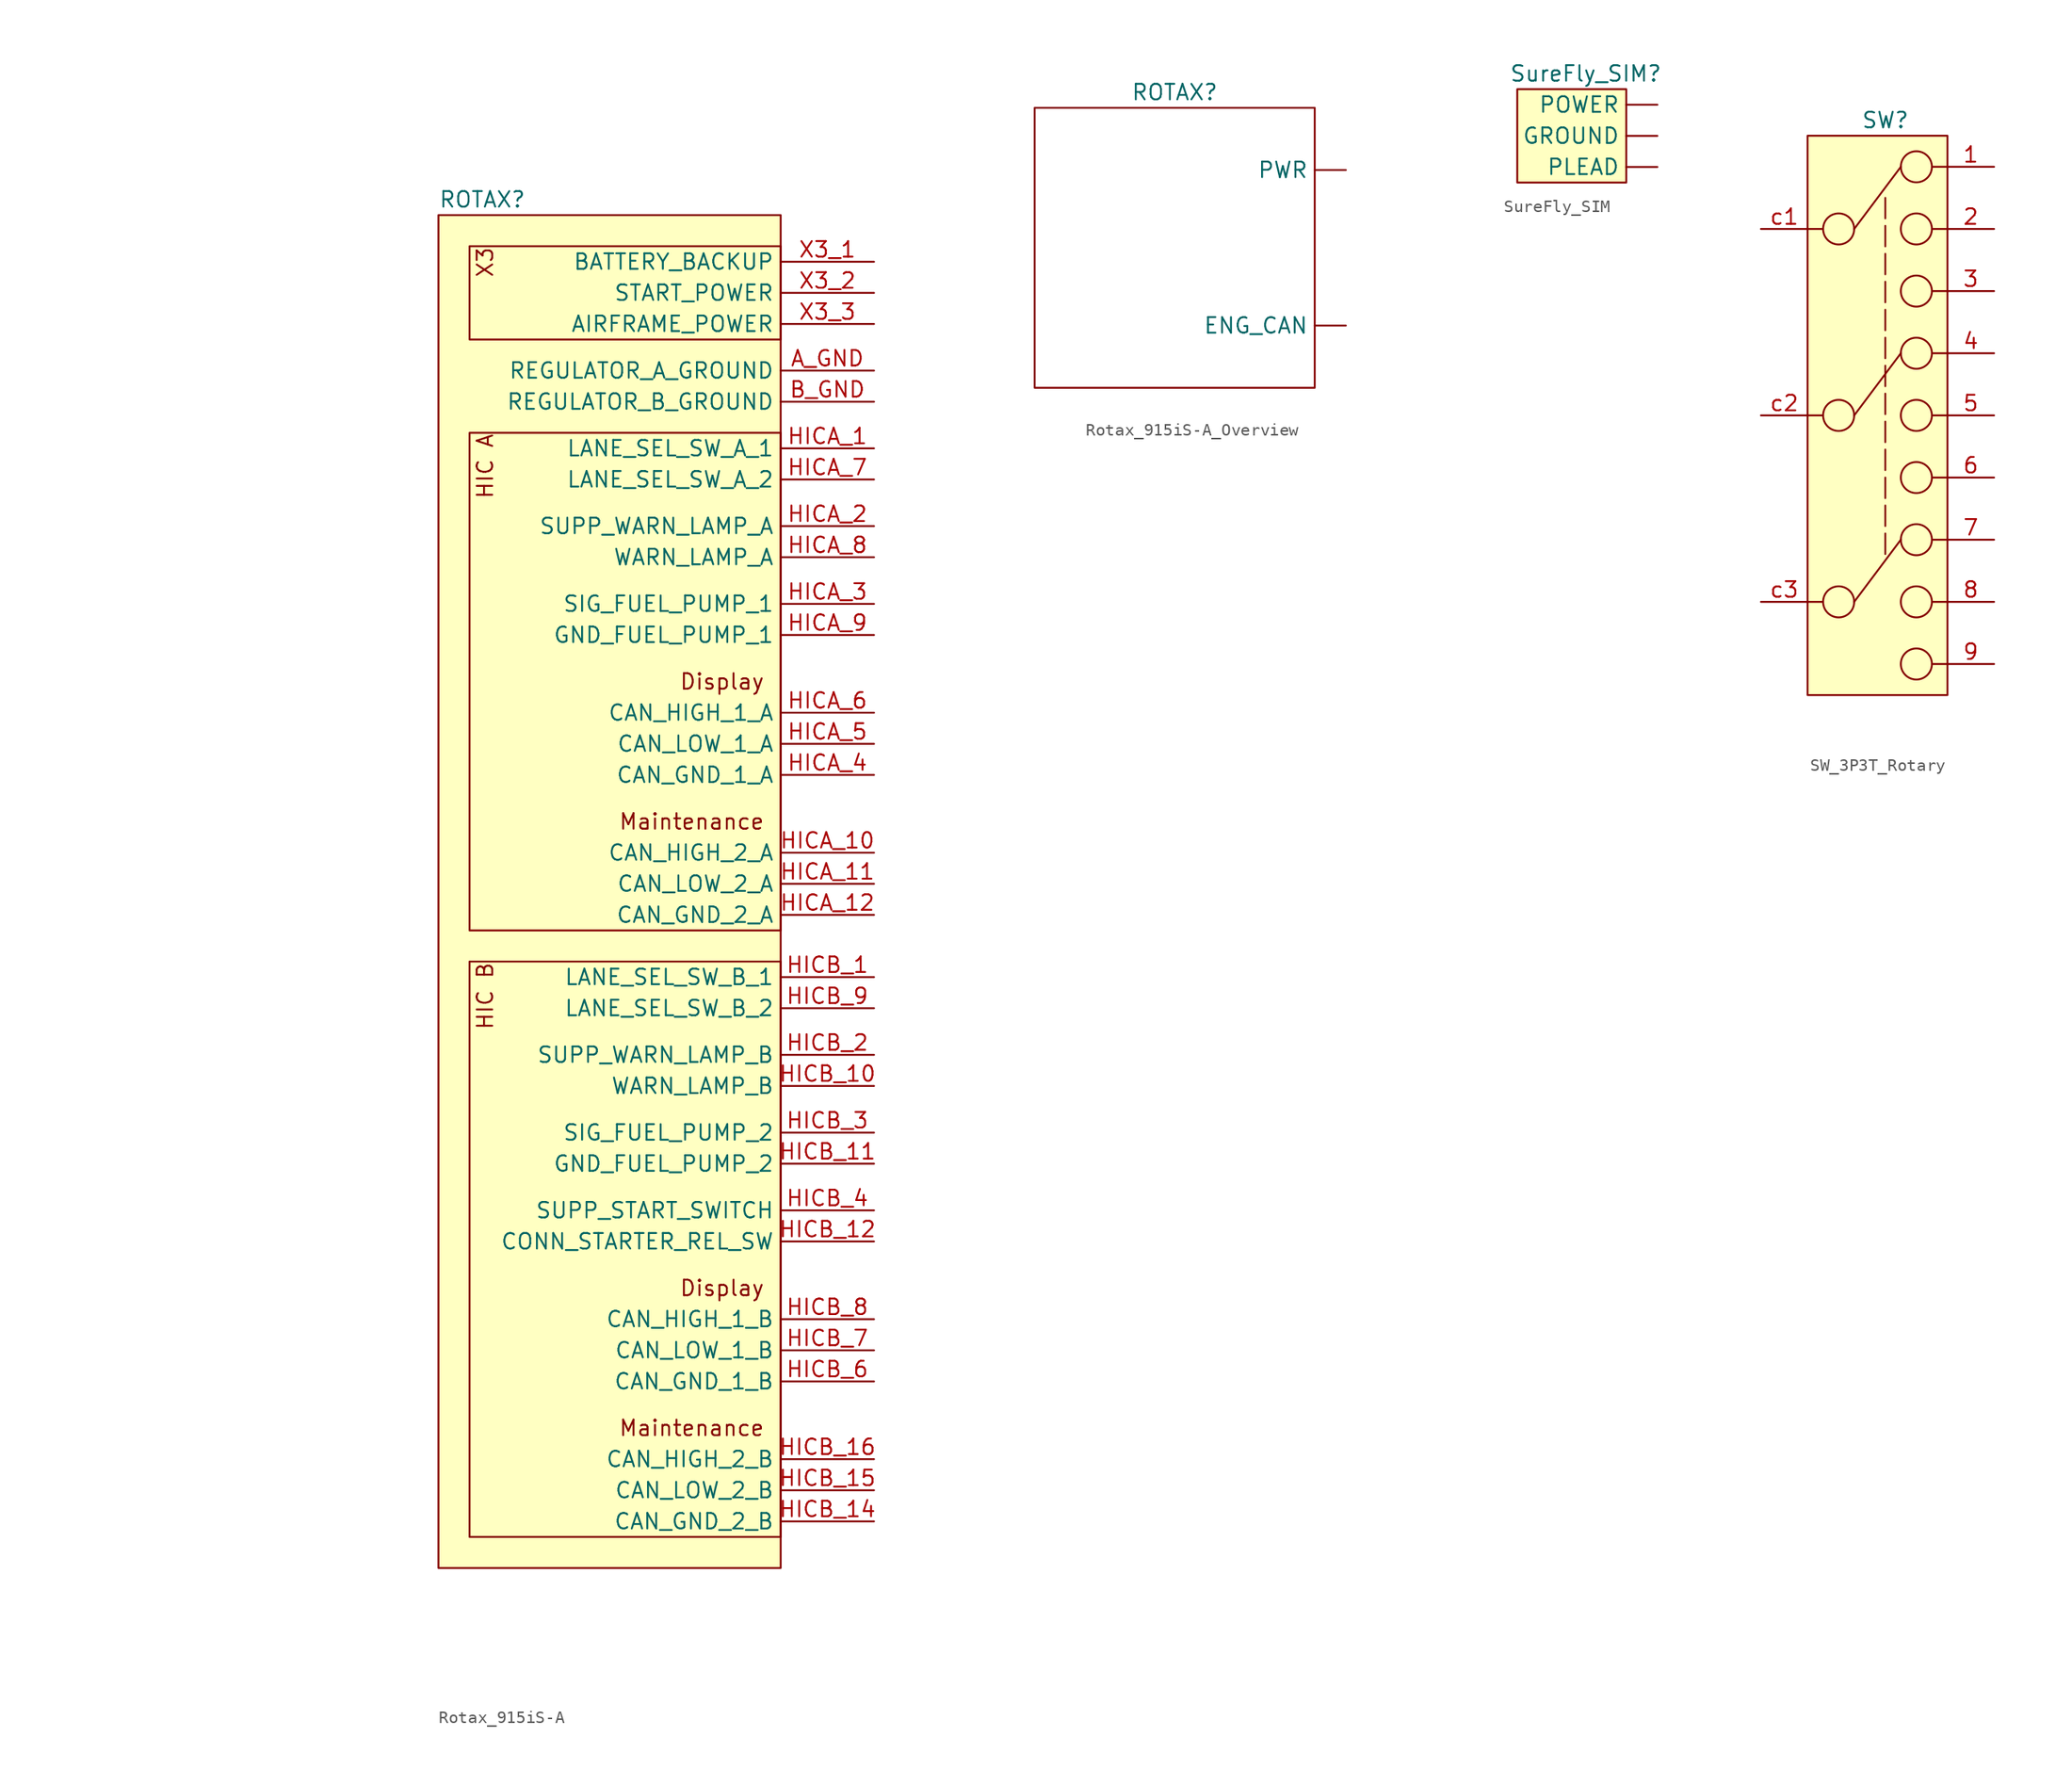
<source format=kicad_sym>
(kicad_symbol_lib
  (version 20241209)
  (generator "kicad_symbol_editor")
  (generator_version "9.0")
  (symbol "Rotax_915iS-A"
    (property "Reference" "ROTAX"
      (at 0 1.27 0)
      (effects (font (size 1.27 1.27)) (justify left)))
    (property "Value" ""
      (at -25.4 1.27 0)
      (effects (font (size 1.27 1.27))))
    (symbol "Rotax_915iS-A_1_1"
      (rectangle (start 0 0) (end 27.94 -110.49) (stroke (width 0) (type default)) (fill (type background)))
      (rectangle (start 2.54 -2.54) (end 27.94 -10.16) (stroke (width 0) (type default)) (fill (type background)))
      (rectangle (start 2.54 -17.78) (end 27.94 -58.42) (stroke (width 0) (type default)) (fill (type background)))
      (rectangle (start 2.54 -60.96) (end 27.94 -107.95) (stroke (width 0) (type default)) (fill (type background)))
      (text "X3" (at 3.81 -2.54 900) (effects (font (size 1.27 1.27)) (justify right)))
      (text "HIC A" (at 3.81 -17.78 900) (effects (font (size 1.27 1.27)) (justify right)))
      (text "HIC B" (at 3.81 -60.96 900) (effects (font (size 1.27 1.27)) (justify right)))
      (text "Display" (at 26.67 -38.1 0) (effects (font (size 1.27 1.27)) (justify right)))
      (text "Maintenance" (at 26.67 -49.53 0) (effects (font (size 1.27 1.27)) (justify right)))
      (text "Display" (at 26.67 -87.63 0) (effects (font (size 1.27 1.27)) (justify right)))
      (text "Maintenance" (at 26.67 -99.06 0) (effects (font (size 1.27 1.27)) (justify right)))
      (pin power_in line (at 35.56 -3.81 180) (length 7.62) (name "BATTERY_BACKUP" (effects (font (size 1.27 1.27)))) (number "X3_1" (effects (font (size 1.27 1.27)))))
      (pin power_in line (at 35.56 -6.35 180) (length 7.62) (name "START_POWER" (effects (font (size 1.27 1.27)))) (number "X3_2" (effects (font (size 1.27 1.27)))))
      (pin power_out line (at 35.56 -8.89 180) (length 7.62) (name "AIRFRAME_POWER" (effects (font (size 1.27 1.27)))) (number "X3_3" (effects (font (size 1.27 1.27)))))
      (pin passive line (at 35.56 -12.7 180) (length 7.62) (name "REGULATOR_A_GROUND" (effects (font (size 1.27 1.27)))) (number "A_GND" (effects (font (size 1.27 1.27)))))
      (pin passive line (at 35.56 -15.24 180) (length 7.62) (name "REGULATOR_B_GROUND" (effects (font (size 1.27 1.27)))) (number "B_GND" (effects (font (size 1.27 1.27)))))
      (pin output line (at 35.56 -19.05 180) (length 7.62) (name "LANE_SEL_SW_A_1" (effects (font (size 1.27 1.27)))) (number "HICA_1" (effects (font (size 1.27 1.27)))))
      (pin input line (at 35.56 -21.59 180) (length 7.62) (name "LANE_SEL_SW_A_2" (effects (font (size 1.27 1.27)))) (number "HICA_7" (effects (font (size 1.27 1.27)))))
      (pin output line (at 35.56 -25.4 180) (length 7.62) (name "SUPP_WARN_LAMP_A" (effects (font (size 1.27 1.27)))) (number "HICA_2" (effects (font (size 1.27 1.27)))))
      (pin input line (at 35.56 -27.94 180) (length 7.62) (name "WARN_LAMP_A" (effects (font (size 1.27 1.27)))) (number "HICA_8" (effects (font (size 1.27 1.27)))))
      (pin output line (at 35.56 -31.75 180) (length 7.62) (name "SIG_FUEL_PUMP_1" (effects (font (size 1.27 1.27)))) (number "HICA_3" (effects (font (size 1.27 1.27)))))
      (pin passive line (at 35.56 -34.29 180) (length 7.62) (name "GND_FUEL_PUMP_1" (effects (font (size 1.27 1.27)))) (number "HICA_9" (effects (font (size 1.27 1.27)))))
      (pin bidirectional line (at 35.56 -40.64 180) (length 7.62) (name "CAN_HIGH_1_A" (effects (font (size 1.27 1.27)))) (number "HICA_6" (effects (font (size 1.27 1.27)))))
      (pin bidirectional line (at 35.56 -43.18 180) (length 7.62) (name "CAN_LOW_1_A" (effects (font (size 1.27 1.27)))) (number "HICA_5" (effects (font (size 1.27 1.27)))))
      (pin passive line (at 35.56 -45.72 180) (length 7.62) (name "CAN_GND_1_A" (effects (font (size 1.27 1.27)))) (number "HICA_4" (effects (font (size 1.27 1.27)))))
      (pin bidirectional line (at 35.56 -52.07 180) (length 7.62) (name "CAN_HIGH_2_A" (effects (font (size 1.27 1.27)))) (number "HICA_10" (effects (font (size 1.27 1.27)))))
      (pin bidirectional line (at 35.56 -54.61 180) (length 7.62) (name "CAN_LOW_2_A" (effects (font (size 1.27 1.27)))) (number "HICA_11" (effects (font (size 1.27 1.27)))))
      (pin passive line (at 35.56 -57.15 180) (length 7.62) (name "CAN_GND_2_A" (effects (font (size 1.27 1.27)))) (number "HICA_12" (effects (font (size 1.27 1.27)))))
      (pin output line (at 35.56 -62.23 180) (length 7.62) (name "LANE_SEL_SW_B_1" (effects (font (size 1.27 1.27)))) (number "HICB_1" (effects (font (size 1.27 1.27)))))
      (pin input line (at 35.56 -64.77 180) (length 7.62) (name "LANE_SEL_SW_B_2" (effects (font (size 1.27 1.27)))) (number "HICB_9" (effects (font (size 1.27 1.27)))))
      (pin output line (at 35.56 -68.58 180) (length 7.62) (name "SUPP_WARN_LAMP_B" (effects (font (size 1.27 1.27)))) (number "HICB_2" (effects (font (size 1.27 1.27)))))
      (pin input line (at 35.56 -71.12 180) (length 7.62) (name "WARN_LAMP_B" (effects (font (size 1.27 1.27)))) (number "HICB_10" (effects (font (size 1.27 1.27)))))
      (pin output line (at 35.56 -74.93 180) (length 7.62) (name "SIG_FUEL_PUMP_2" (effects (font (size 1.27 1.27)))) (number "HICB_3" (effects (font (size 1.27 1.27)))))
      (pin passive line (at 35.56 -77.47 180) (length 7.62) (name "GND_FUEL_PUMP_2" (effects (font (size 1.27 1.27)))) (number "HICB_11" (effects (font (size 1.27 1.27)))))
      (pin output line (at 35.56 -81.28 180) (length 7.62) (name "SUPP_START_SWITCH" (effects (font (size 1.27 1.27)))) (number "HICB_4" (effects (font (size 1.27 1.27)))))
      (pin input line (at 35.56 -83.82 180) (length 7.62) (name "CONN_STARTER_REL_SW" (effects (font (size 1.27 1.27)))) (number "HICB_12" (effects (font (size 1.27 1.27)))))
      (pin bidirectional line (at 35.56 -90.17 180) (length 7.62) (name "CAN_HIGH_1_B" (effects (font (size 1.27 1.27)))) (number "HICB_8" (effects (font (size 1.27 1.27)))))
      (pin bidirectional line (at 35.56 -92.71 180) (length 7.62) (name "CAN_LOW_1_B" (effects (font (size 1.27 1.27)))) (number "HICB_7" (effects (font (size 1.27 1.27)))))
      (pin passive line (at 35.56 -95.25 180) (length 7.62) (name "CAN_GND_1_B" (effects (font (size 1.27 1.27)))) (number "HICB_6" (effects (font (size 1.27 1.27)))))
      (pin bidirectional line (at 35.56 -101.6 180) (length 7.62) (name "CAN_HIGH_2_B" (effects (font (size 1.27 1.27)))) (number "HICB_16" (effects (font (size 1.27 1.27)))))
      (pin bidirectional line (at 35.56 -104.14 180) (length 7.62) (name "CAN_LOW_2_B" (effects (font (size 1.27 1.27)))) (number "HICB_15" (effects (font (size 1.27 1.27)))))
      (pin passive line (at 35.56 -106.68 180) (length 7.62) (name "CAN_GND_2_B" (effects (font (size 1.27 1.27)))) (number "HICB_14" (effects (font (size 1.27 1.27)))))))
  (symbol "Rotax_915iS-A_Overview"
    (property "Reference" "ROTAX"
      (at 0 0 0)
      (effects (font (size 1.27 1.27))))
    (property "Value" ""
      (at 0 0 0)
      (effects (font (size 1.27 1.27))))
    (symbol "Rotax_915iS-A_Overview_0_1"
      (rectangle (start -11.43 -1.27) (end 11.43 -24.13) (stroke (width 0) (type default)) (fill (type none))))
    (symbol "Rotax_915iS-A_Overview_1_1"
      (pin passive line (at 13.97 -6.35 180) (length 2.54) (name "PWR" (effects (font (size 1.27 1.27)))) (number "" (effects (font (size 1.27 1.27)))))
      (pin passive line (at 13.97 -19.05 180) (length 2.54) (name "ENG_CAN" (effects (font (size 1.27 1.27)))) (number "" (effects (font (size 1.27 1.27)))))))
  (symbol "SureFly_SIM"
    (property "Reference" "SureFly_SIM"
      (at 5.588 1.27 0)
      (effects (font (size 1.27 1.27))))
    (property "Value" ""
      (at -5.08 1.27 0)
      (effects (font (size 1.27 1.27))))
    (symbol "SureFly_SIM_1_1"
      (rectangle (start 0 0) (end 8.89 -7.62) (stroke (width 0) (type default)) (fill (type background)))
      (pin power_in line (at 11.43 -1.27 180) (length 2.54) (name "POWER" (effects (font (size 1.27 1.27)))) (number "" (effects (font (size 1.27 1.27)))))
      (pin passive line (at 11.43 -3.81 180) (length 2.54) (name "GROUND" (effects (font (size 1.27 1.27)))) (number "" (effects (font (size 1.27 1.27)))))
      (pin passive line (at 11.43 -6.35 180) (length 2.54) (name "PLEAD" (effects (font (size 1.27 1.27)))) (number "" (effects (font (size 1.27 1.27)))))))
  (symbol "SW_3P3T_Rotary"
    (property "Reference" "SW"
      (at 0 1.27 0)
      (effects (font (size 1.27 1.27))))
    (property "Value" ""
      (at -6.35 0 0)
      (effects (font (size 1.27 1.27))))
    (symbol "SW_3P3T_Rotary_0_1"
      (polyline (pts (xy -6.35 -7.62) (xy -5.08 -7.62)) (stroke (width 0) (type default)) (fill (type none)))
      (polyline (pts (xy -6.35 -22.86) (xy -5.08 -22.86)) (stroke (width 0) (type default)) (fill (type none)))
      (polyline (pts (xy -6.35 -38.1) (xy -5.08 -38.1)) (stroke (width 0) (type default)) (fill (type none)))
      (circle (center -3.81 -7.62) (radius 1.27) (stroke (width 0) (type default)) (fill (type none)))
      (circle (center -3.81 -22.86) (radius 1.27) (stroke (width 0) (type default)) (fill (type none)))
      (circle (center -3.81 -38.1) (radius 1.27) (stroke (width 0) (type default)) (fill (type none)))
      (polyline (pts (xy -2.54 -7.62) (xy 1.27 -2.54)) (stroke (width 0) (type default)) (fill (type none)))
      (polyline (pts (xy -2.54 -22.86) (xy 1.27 -17.78)) (stroke (width 0) (type default)) (fill (type none)))
      (polyline (pts (xy -2.54 -38.1) (xy 1.27 -33.02)) (stroke (width 0) (type default)) (fill (type none)))
      (circle (center 2.54 -2.54) (radius 1.27) (stroke (width 0) (type default)) (fill (type none)))
      (circle (center 2.54 -7.62) (radius 1.27) (stroke (width 0) (type default)) (fill (type none)))
      (circle (center 2.54 -12.7) (radius 1.27) (stroke (width 0) (type default)) (fill (type none)))
      (circle (center 2.54 -17.78) (radius 1.27) (stroke (width 0) (type default)) (fill (type none)))
      (circle (center 2.54 -22.86) (radius 1.27) (stroke (width 0) (type default)) (fill (type none)))
      (circle (center 2.54 -27.94) (radius 1.27) (stroke (width 0) (type default)) (fill (type none)))
      (circle (center 2.54 -33.02) (radius 1.27) (stroke (width 0) (type default)) (fill (type none)))
      (circle (center 2.54 -38.1) (radius 1.27) (stroke (width 0) (type default)) (fill (type none)))
      (circle (center 2.54 -43.18) (radius 1.27) (stroke (width 0) (type default)) (fill (type none)))
      (polyline (pts (xy 5.08 -2.54) (xy 3.81 -2.54)) (stroke (width 0) (type default)) (fill (type none)))
      (polyline (pts (xy 5.08 -7.62) (xy 3.81 -7.62)) (stroke (width 0) (type default)) (fill (type none)))
      (polyline (pts (xy 5.08 -12.7) (xy 3.81 -12.7)) (stroke (width 0) (type default)) (fill (type none)))
      (polyline (pts (xy 5.08 -17.78) (xy 3.81 -17.78)) (stroke (width 0) (type default)) (fill (type none)))
      (polyline (pts (xy 5.08 -22.86) (xy 3.81 -22.86)) (stroke (width 0) (type default)) (fill (type none)))
      (polyline (pts (xy 5.08 -27.94) (xy 3.81 -27.94)) (stroke (width 0) (type default)) (fill (type none)))
      (polyline (pts (xy 5.08 -33.02) (xy 3.81 -33.02)) (stroke (width 0) (type default)) (fill (type none)))
      (polyline (pts (xy 5.08 -38.1) (xy 3.81 -38.1)) (stroke (width 0) (type default)) (fill (type none)))
      (polyline (pts (xy 5.08 -43.18) (xy 3.81 -43.18)) (stroke (width 0) (type default)) (fill (type none))))
    (symbol "SW_3P3T_Rotary_1_1"
      (rectangle (start -6.35 0) (end 5.08 -45.72) (stroke (width 0) (type default)) (fill (type background)))
      (polyline (pts (xy 0 -5.08) (xy 0 -34.29)) (stroke (width 0) (type dash)) (fill (type none)))
      (pin passive line (at -10.16 -7.62 0) (length 3.81) (name "" (effects (font (size 1.27 1.27)))) (number "c1" (effects (font (size 1.27 1.27)))))
      (pin passive line (at -10.16 -22.86 0) (length 3.81) (name "" (effects (font (size 1.27 1.27)))) (number "c2" (effects (font (size 1.27 1.27)))))
      (pin passive line (at -10.16 -38.1 0) (length 3.81) (name "" (effects (font (size 1.27 1.27)))) (number "c3" (effects (font (size 1.27 1.27)))))
      (pin passive line (at 8.89 -2.54 180) (length 3.81) (name "" (effects (font (size 1.27 1.27)))) (number "1" (effects (font (size 1.27 1.27)))))
      (pin passive line (at 8.89 -7.62 180) (length 3.81) (name "" (effects (font (size 1.27 1.27)))) (number "2" (effects (font (size 1.27 1.27)))))
      (pin passive line (at 8.89 -12.7 180) (length 3.81) (name "" (effects (font (size 1.27 1.27)))) (number "3" (effects (font (size 1.27 1.27)))))
      (pin passive line (at 8.89 -17.78 180) (length 3.81) (name "" (effects (font (size 1.27 1.27)))) (number "4" (effects (font (size 1.27 1.27)))))
      (pin passive line (at 8.89 -22.86 180) (length 3.81) (name "" (effects (font (size 1.27 1.27)))) (number "5" (effects (font (size 1.27 1.27)))))
      (pin passive line (at 8.89 -27.94 180) (length 3.81) (name "" (effects (font (size 1.27 1.27)))) (number "6" (effects (font (size 1.27 1.27)))))
      (pin passive line (at 8.89 -33.02 180) (length 3.81) (name "" (effects (font (size 1.27 1.27)))) (number "7" (effects (font (size 1.27 1.27)))))
      (pin passive line (at 8.89 -38.1 180) (length 3.81) (name "" (effects (font (size 1.27 1.27)))) (number "8" (effects (font (size 1.27 1.27)))))
      (pin passive line (at 8.89 -43.18 180) (length 3.81) (name "" (effects (font (size 1.27 1.27)))) (number "9" (effects (font (size 1.27 1.27))))))))
</source>
